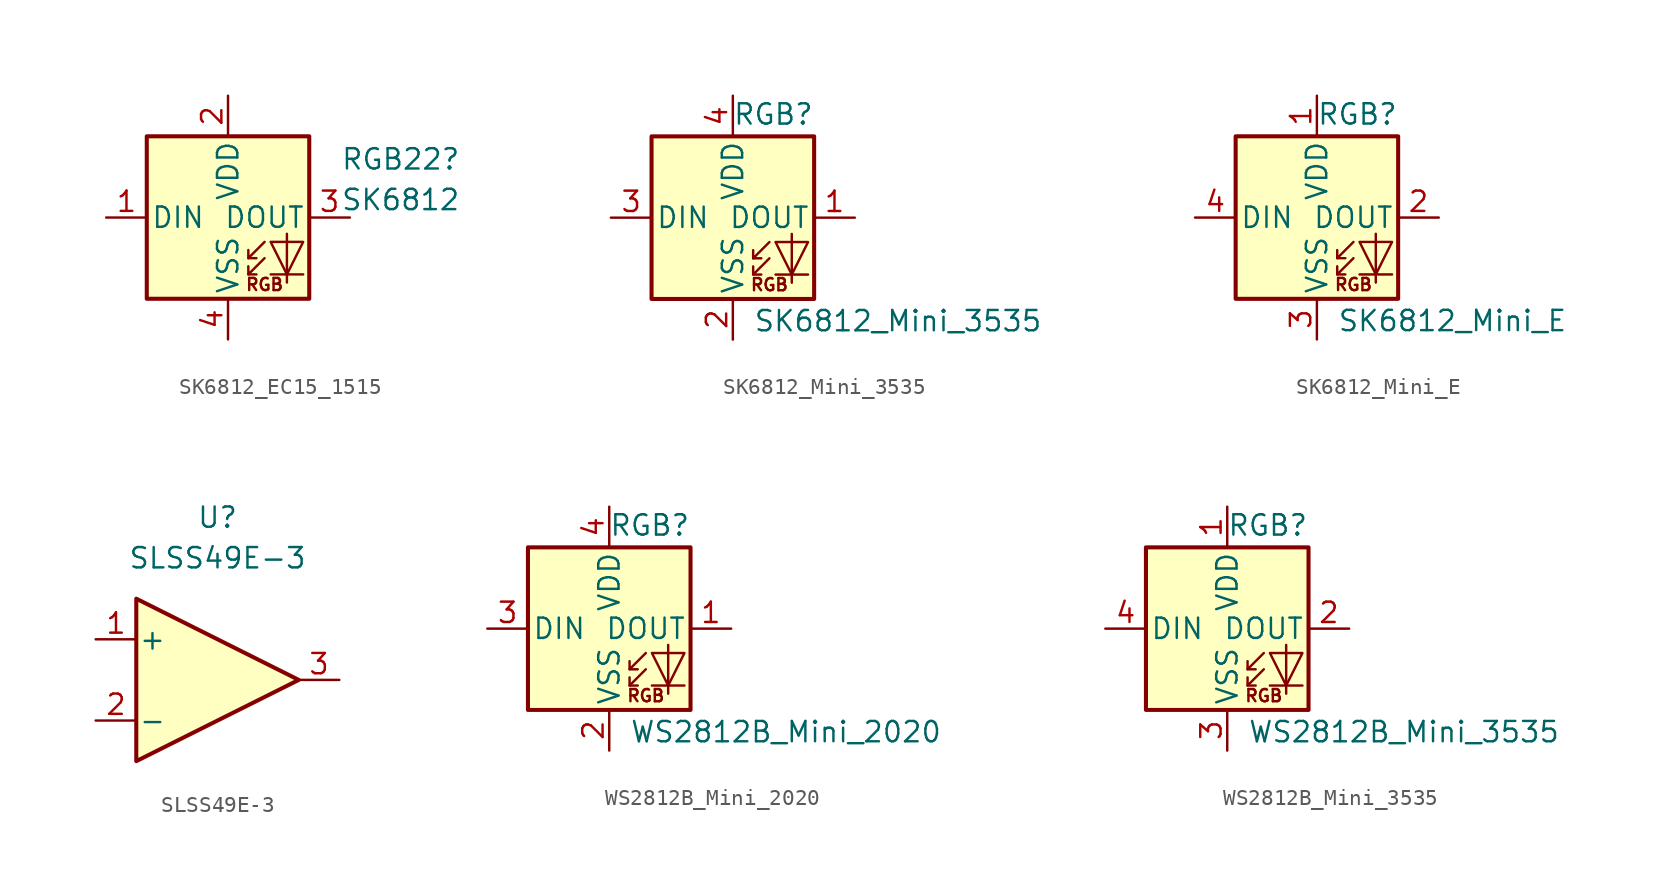
<source format=kicad_sym>
(kicad_symbol_lib
  (version 20220914)
  (generator kicad_symbol_editor)
  (symbol "SK6812_EC15_1515"
    (pin_names
      (offset 0.254))
    (property "Reference" "RGB22"
      (at 10.795 3.648 0)
      (effects (font (size 1.27 1.27))))
    (property "Value" "SK6812"
      (at 10.795 1.108 0)
      (effects (font (size 1.27 1.27))))
    (symbol "SK6812_EC15_1515_0_0"
      (text "RGB" (at 2.286 -4.191 0) (effects (font (size 0.762 0.762)))))
    (symbol "SK6812_EC15_1515_0_1"
      (polyline (pts (xy 1.27 -3.556) (xy 1.778 -3.556)) (stroke (width 0) (type default)) (fill (type none)))
      (polyline (pts (xy 1.27 -2.54) (xy 1.778 -2.54)) (stroke (width 0) (type default)) (fill (type none)))
      (polyline (pts (xy 4.699 -3.556) (xy 2.667 -3.556)) (stroke (width 0) (type default)) (fill (type none)))
      (polyline (pts (xy 2.286 -2.54) (xy 1.27 -3.556) (xy 1.27 -3.048)) (stroke (width 0) (type default)) (fill (type none)))
      (polyline (pts (xy 2.286 -1.524) (xy 1.27 -2.54) (xy 1.27 -2.032)) (stroke (width 0) (type default)) (fill (type none)))
      (polyline (pts (xy 3.683 -1.016) (xy 3.683 -3.556) (xy 3.683 -4.064)) (stroke (width 0) (type default)) (fill (type none)))
      (polyline (pts (xy 4.699 -1.524) (xy 2.667 -1.524) (xy 3.683 -3.556) (xy 4.699 -1.524)) (stroke (width 0) (type default)) (fill (type none)))
      (rectangle (start 5.08 5.08) (end -5.08 -5.08) (stroke (width 0.254) (type default)) (fill (type background))))
    (symbol "SK6812_EC15_1515_1_1"
      (pin input line (at -7.62 0 0) (length 2.54) (name "DIN" (effects (font (size 1.27 1.27)))) (number "1" (effects (font (size 1.27 1.27)))))
      (pin power_in line (at 0 7.62 270) (length 2.54) (name "VDD" (effects (font (size 1.27 1.27)))) (number "2" (effects (font (size 1.27 1.27)))))
      (pin output line (at 7.62 0 180) (length 2.54) (name "DOUT" (effects (font (size 1.27 1.27)))) (number "3" (effects (font (size 1.27 1.27)))))
      (pin power_in line (at 0 -7.62 90) (length 2.54) (name "VSS" (effects (font (size 1.27 1.27)))) (number "4" (effects (font (size 1.27 1.27)))))))
  (symbol "SK6812_Mini_3535"
    (pin_names
      (offset 0.254))
    (property "Reference" "RGB"
      (at 5.08 5.715 0)
      (effects (font (size 1.27 1.27)) (justify right bottom)))
    (property "Value" "SK6812_Mini_3535"
      (at 1.27 -5.715 0)
      (effects (font (size 1.27 1.27)) (justify left top)))
    (symbol "SK6812_Mini_3535_0_0"
      (text "RGB" (at 2.286 -4.191 0) (effects (font (size 0.762 0.762)))))
    (symbol "SK6812_Mini_3535_0_1"
      (polyline (pts (xy 1.27 -3.556) (xy 1.778 -3.556)) (stroke (width 0) (type default)) (fill (type none)))
      (polyline (pts (xy 1.27 -2.54) (xy 1.778 -2.54)) (stroke (width 0) (type default)) (fill (type none)))
      (polyline (pts (xy 4.699 -3.556) (xy 2.667 -3.556)) (stroke (width 0) (type default)) (fill (type none)))
      (polyline (pts (xy 2.286 -2.54) (xy 1.27 -3.556) (xy 1.27 -3.048)) (stroke (width 0) (type default)) (fill (type none)))
      (polyline (pts (xy 2.286 -1.524) (xy 1.27 -2.54) (xy 1.27 -2.032)) (stroke (width 0) (type default)) (fill (type none)))
      (polyline (pts (xy 3.683 -1.016) (xy 3.683 -3.556) (xy 3.683 -4.064)) (stroke (width 0) (type default)) (fill (type none)))
      (polyline (pts (xy 4.699 -1.524) (xy 2.667 -1.524) (xy 3.683 -3.556) (xy 4.699 -1.524)) (stroke (width 0) (type default)) (fill (type none)))
      (rectangle (start 5.08 5.08) (end -5.08 -5.08) (stroke (width 0.254) (type default)) (fill (type background))))
    (symbol "SK6812_Mini_3535_1_1"
      (pin output line (at 7.62 0 180) (length 2.54) (name "DOUT" (effects (font (size 1.27 1.27)))) (number "1" (effects (font (size 1.27 1.27)))))
      (pin power_in line (at 0 -7.62 90) (length 2.54) (name "VSS" (effects (font (size 1.27 1.27)))) (number "2" (effects (font (size 1.27 1.27)))))
      (pin input line (at -7.62 0 0) (length 2.54) (name "DIN" (effects (font (size 1.27 1.27)))) (number "3" (effects (font (size 1.27 1.27)))))
      (pin power_in line (at 0 7.62 270) (length 2.54) (name "VDD" (effects (font (size 1.27 1.27)))) (number "4" (effects (font (size 1.27 1.27)))))))
  (symbol "SK6812_Mini_E"
    (pin_names
      (offset 0.254))
    (property "Reference" "RGB"
      (at 5.08 5.715 0)
      (effects (font (size 1.27 1.27)) (justify right bottom)))
    (property "Value" "SK6812_Mini_E"
      (at 1.27 -5.715 0)
      (effects (font (size 1.27 1.27)) (justify left top)))
    (symbol "SK6812_Mini_E_0_0"
      (text "RGB" (at 2.286 -4.191 0) (effects (font (size 0.762 0.762)))))
    (symbol "SK6812_Mini_E_0_1"
      (rectangle (start -5.08 5.08) (end 5.08 -5.08) (stroke (width 0.254) (type default)) (fill (type background)))
      (polyline (pts (xy 1.27 -3.556) (xy 1.778 -3.556)) (stroke (width 0) (type default)) (fill (type none)))
      (polyline (pts (xy 1.27 -2.54) (xy 1.778 -2.54)) (stroke (width 0) (type default)) (fill (type none)))
      (polyline (pts (xy 4.699 -3.556) (xy 2.667 -3.556)) (stroke (width 0) (type default)) (fill (type none)))
      (polyline (pts (xy 2.286 -2.54) (xy 1.27 -3.556) (xy 1.27 -3.048)) (stroke (width 0) (type default)) (fill (type none)))
      (polyline (pts (xy 2.286 -1.524) (xy 1.27 -2.54) (xy 1.27 -2.032)) (stroke (width 0) (type default)) (fill (type none)))
      (polyline (pts (xy 3.683 -1.016) (xy 3.683 -3.556) (xy 3.683 -4.064)) (stroke (width 0) (type default)) (fill (type none)))
      (polyline (pts (xy 4.699 -1.524) (xy 2.667 -1.524) (xy 3.683 -3.556) (xy 4.699 -1.524)) (stroke (width 0) (type default)) (fill (type none))))
    (symbol "SK6812_Mini_E_1_1"
      (pin power_in line (at 0 7.62 270) (length 2.54) (name "VDD" (effects (font (size 1.27 1.27)))) (number "1" (effects (font (size 1.27 1.27)))))
      (pin output line (at 7.62 0 180) (length 2.54) (name "DOUT" (effects (font (size 1.27 1.27)))) (number "2" (effects (font (size 1.27 1.27)))))
      (pin power_in line (at 0 -7.62 90) (length 2.54) (name "VSS" (effects (font (size 1.27 1.27)))) (number "3" (effects (font (size 1.27 1.27)))))
      (pin input line (at -7.62 0 0) (length 2.54) (name "DIN" (effects (font (size 1.27 1.27)))) (number "4" (effects (font (size 1.27 1.27)))))))
  (symbol "SLSS49E-3"
    (pin_names
      (offset 0.127))
    (property "Reference" "U"
      (at 0 10.16 0)
      (effects (font (size 1.27 1.27))))
    (property "Value" "SLSS49E-3"
      (at 0 7.62 0)
      (effects (font (size 1.27 1.27))))
    (symbol "SLSS49E-3_1_1"
      (polyline (pts (xy -5.08 5.08) (xy 5.08 0) (xy -5.08 -5.08) (xy -5.08 5.08) (xy -5.08 5.08)) (stroke (width 0.254) (type default)) (fill (type background)))
      (pin input line (at -7.62 2.54 0) (length 2.54) (name "+" (effects (font (size 1.27 1.27)))) (number "1" (effects (font (size 1.27 1.27)))))
      (pin input line (at -7.62 -2.54 0) (length 2.54) (name "-" (effects (font (size 1.27 1.27)))) (number "2" (effects (font (size 1.27 1.27)))))
      (pin output line (at 7.62 0 180) (length 2.54) (name "~" (effects (font (size 1.27 1.27)))) (number "3" (effects (font (size 1.27 1.27)))))))
  (symbol "WS2812B_Mini_2020"
    (pin_names
      (offset 0.254))
    (property "Reference" "RGB"
      (at 5.08 5.715 0)
      (effects (font (size 1.27 1.27)) (justify right bottom)))
    (property "Value" "WS2812B_Mini_2020"
      (at 1.27 -5.715 0)
      (effects (font (size 1.27 1.27)) (justify left top)))
    (symbol "WS2812B_Mini_2020_0_0"
      (text "RGB" (at 2.286 -4.191 0) (effects (font (size 0.762 0.762)))))
    (symbol "WS2812B_Mini_2020_0_1"
      (rectangle (start -5.08 5.08) (end 5.08 -5.08) (stroke (width 0.254) (type default)) (fill (type background)))
      (polyline (pts (xy 1.27 -3.556) (xy 1.778 -3.556)) (stroke (width 0) (type default)) (fill (type none)))
      (polyline (pts (xy 1.27 -2.54) (xy 1.778 -2.54)) (stroke (width 0) (type default)) (fill (type none)))
      (polyline (pts (xy 4.699 -3.556) (xy 2.667 -3.556)) (stroke (width 0) (type default)) (fill (type none)))
      (polyline (pts (xy 2.286 -2.54) (xy 1.27 -3.556) (xy 1.27 -3.048)) (stroke (width 0) (type default)) (fill (type none)))
      (polyline (pts (xy 2.286 -1.524) (xy 1.27 -2.54) (xy 1.27 -2.032)) (stroke (width 0) (type default)) (fill (type none)))
      (polyline (pts (xy 3.683 -1.016) (xy 3.683 -3.556) (xy 3.683 -4.064)) (stroke (width 0) (type default)) (fill (type none)))
      (polyline (pts (xy 4.699 -1.524) (xy 2.667 -1.524) (xy 3.683 -3.556) (xy 4.699 -1.524)) (stroke (width 0) (type default)) (fill (type none))))
    (symbol "WS2812B_Mini_2020_1_1"
      (pin output line (at 7.62 0 180) (length 2.54) (name "DOUT" (effects (font (size 1.27 1.27)))) (number "1" (effects (font (size 1.27 1.27)))))
      (pin power_in line (at 0 -7.62 90) (length 2.54) (name "VSS" (effects (font (size 1.27 1.27)))) (number "2" (effects (font (size 1.27 1.27)))))
      (pin input line (at -7.62 0 0) (length 2.54) (name "DIN" (effects (font (size 1.27 1.27)))) (number "3" (effects (font (size 1.27 1.27)))))
      (pin power_in line (at 0 7.62 270) (length 2.54) (name "VDD" (effects (font (size 1.27 1.27)))) (number "4" (effects (font (size 1.27 1.27)))))))
  (symbol "WS2812B_Mini_3535"
    (pin_names
      (offset 0.254))
    (property "Reference" "RGB"
      (at 5.08 5.715 0)
      (effects (font (size 1.27 1.27)) (justify right bottom)))
    (property "Value" "WS2812B_Mini_3535"
      (at 1.27 -5.715 0)
      (effects (font (size 1.27 1.27)) (justify left top)))
    (symbol "WS2812B_Mini_3535_0_0"
      (text "RGB" (at 2.286 -4.191 0) (effects (font (size 0.762 0.762)))))
    (symbol "WS2812B_Mini_3535_0_1"
      (rectangle (start -5.08 5.08) (end 5.08 -5.08) (stroke (width 0.254) (type default)) (fill (type background)))
      (polyline (pts (xy 1.27 -3.556) (xy 1.778 -3.556)) (stroke (width 0) (type default)) (fill (type none)))
      (polyline (pts (xy 1.27 -2.54) (xy 1.778 -2.54)) (stroke (width 0) (type default)) (fill (type none)))
      (polyline (pts (xy 4.699 -3.556) (xy 2.667 -3.556)) (stroke (width 0) (type default)) (fill (type none)))
      (polyline (pts (xy 2.286 -2.54) (xy 1.27 -3.556) (xy 1.27 -3.048)) (stroke (width 0) (type default)) (fill (type none)))
      (polyline (pts (xy 2.286 -1.524) (xy 1.27 -2.54) (xy 1.27 -2.032)) (stroke (width 0) (type default)) (fill (type none)))
      (polyline (pts (xy 3.683 -1.016) (xy 3.683 -3.556) (xy 3.683 -4.064)) (stroke (width 0) (type default)) (fill (type none)))
      (polyline (pts (xy 4.699 -1.524) (xy 2.667 -1.524) (xy 3.683 -3.556) (xy 4.699 -1.524)) (stroke (width 0) (type default)) (fill (type none))))
    (symbol "WS2812B_Mini_3535_1_1"
      (pin power_in line (at 0 7.62 270) (length 2.54) (name "VDD" (effects (font (size 1.27 1.27)))) (number "1" (effects (font (size 1.27 1.27)))))
      (pin output line (at 7.62 0 180) (length 2.54) (name "DOUT" (effects (font (size 1.27 1.27)))) (number "2" (effects (font (size 1.27 1.27)))))
      (pin power_in line (at 0 -7.62 90) (length 2.54) (name "VSS" (effects (font (size 1.27 1.27)))) (number "3" (effects (font (size 1.27 1.27)))))
      (pin input line (at -7.62 0 0) (length 2.54) (name "DIN" (effects (font (size 1.27 1.27)))) (number "4" (effects (font (size 1.27 1.27))))))))
</source>
